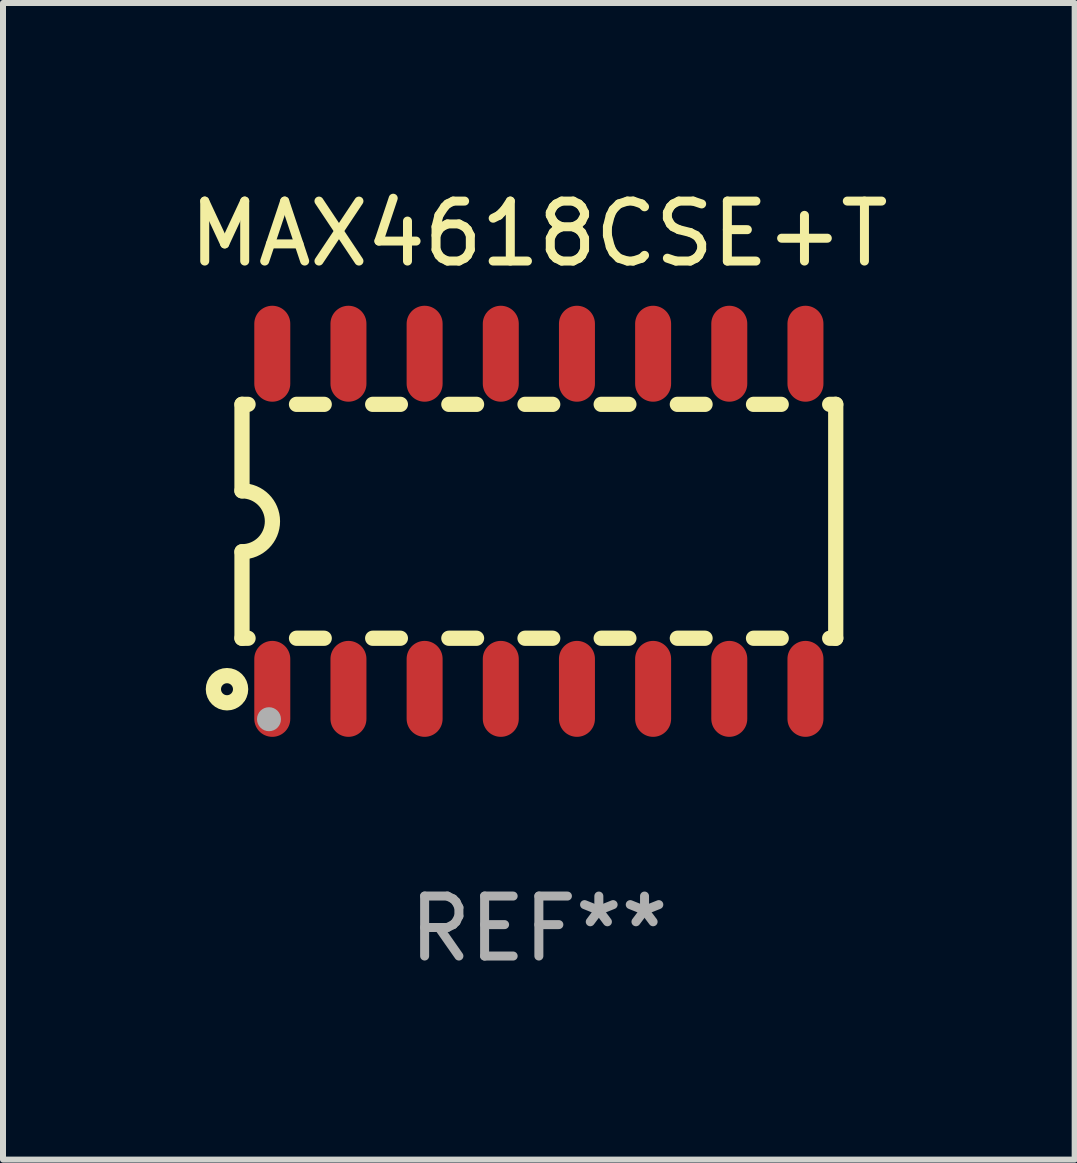
<source format=kicad_pcb>
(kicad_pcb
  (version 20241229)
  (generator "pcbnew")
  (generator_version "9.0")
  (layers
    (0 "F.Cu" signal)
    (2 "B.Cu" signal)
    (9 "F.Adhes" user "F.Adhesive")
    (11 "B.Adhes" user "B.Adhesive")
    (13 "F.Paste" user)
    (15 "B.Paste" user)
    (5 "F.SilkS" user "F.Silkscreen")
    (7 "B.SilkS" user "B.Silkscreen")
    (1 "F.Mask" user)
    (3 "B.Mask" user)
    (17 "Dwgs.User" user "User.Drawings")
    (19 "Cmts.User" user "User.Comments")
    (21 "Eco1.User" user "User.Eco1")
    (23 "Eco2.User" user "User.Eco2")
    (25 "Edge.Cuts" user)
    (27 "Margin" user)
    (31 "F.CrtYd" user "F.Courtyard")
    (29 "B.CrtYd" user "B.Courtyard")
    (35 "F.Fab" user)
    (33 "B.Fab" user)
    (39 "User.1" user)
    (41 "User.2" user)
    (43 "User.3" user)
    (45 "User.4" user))
  (footprint "MAX4618CSE+T"
    (layer "F.Cu")
    (at 5.935 5.642)
    (property "Reference" "MAX4618CSE+T" (at 0 -4.794 0) (layer "F.SilkS") (effects (font (size 1 1) (thickness 0.15))))
    (attr through_hole)
    (fp_line (start -4.95 -1.95) (end -4.95 -0.508) (stroke (width 0.254) (type solid)) (layer "F.SilkS"))
    (fp_line (start -4.95 -1.95) (end -4.849 -1.95) (stroke (width 0.254) (type solid)) (layer "F.SilkS"))
    (fp_line (start -4.95 1.95) (end -4.95 0.508) (stroke (width 0.254) (type solid)) (layer "F.SilkS"))
    (fp_line (start -4.95 1.95) (end -4.849 1.95) (stroke (width 0.254) (type solid)) (layer "F.SilkS"))
    (fp_line (start -4.041 -1.95) (end -3.579 -1.95) (stroke (width 0.254) (type solid)) (layer "F.SilkS"))
    (fp_line (start -4.041 1.95) (end -3.579 1.95) (stroke (width 0.254) (type solid)) (layer "F.SilkS"))
    (fp_line (start -2.771 -1.95) (end -2.309 -1.95) (stroke (width 0.254) (type solid)) (layer "F.SilkS"))
    (fp_line (start -2.771 1.95) (end -2.309 1.95) (stroke (width 0.254) (type solid)) (layer "F.SilkS"))
    (fp_line (start -1.501 -1.95) (end -1.039 -1.95) (stroke (width 0.254) (type solid)) (layer "F.SilkS"))
    (fp_line (start -1.501 1.95) (end -1.039 1.95) (stroke (width 0.254) (type solid)) (layer "F.SilkS"))
    (fp_line (start -0.231 -1.95) (end 0.231 -1.95) (stroke (width 0.254) (type solid)) (layer "F.SilkS"))
    (fp_line (start -0.231 1.95) (end 0.231 1.95) (stroke (width 0.254) (type solid)) (layer "F.SilkS"))
    (fp_line (start 1.039 -1.95) (end 1.501 -1.95) (stroke (width 0.254) (type solid)) (layer "F.SilkS"))
    (fp_line (start 1.039 1.95) (end 1.501 1.95) (stroke (width 0.254) (type solid)) (layer "F.SilkS"))
    (fp_line (start 2.309 -1.95) (end 2.771 -1.95) (stroke (width 0.254) (type solid)) (layer "F.SilkS"))
    (fp_line (start 2.309 1.95) (end 2.771 1.95) (stroke (width 0.254) (type solid)) (layer "F.SilkS"))
    (fp_line (start 3.579 -1.95) (end 4.041 -1.95) (stroke (width 0.254) (type solid)) (layer "F.SilkS"))
    (fp_line (start 3.579 1.95) (end 4.041 1.95) (stroke (width 0.254) (type solid)) (layer "F.SilkS"))
    (fp_line (start 4.849 -1.95) (end 4.95 -1.95) (stroke (width 0.254) (type solid)) (layer "F.SilkS"))
    (fp_line (start 4.849 1.95) (end 4.95 1.95) (stroke (width 0.254) (type solid)) (layer "F.SilkS"))
    (fp_line (start 4.95 -1.95) (end 4.95 1.95) (stroke (width 0.254) (type solid)) (layer "F.SilkS"))
    (fp_arc (start -4.95047 -0.508001) (mid -4.442469 -0.000228) (end -4.950013 0.508001) (stroke (width 0.254001) (type solid)) (layer "F.SilkS"))
    (fp_circle (center -5.2 2.8) (end -5.1 2.8) (stroke (width 0.254) (type solid)) (fill no) (layer "F.SilkS"))
    (fp_circle (center -4.95 2.947) (end -4.92 2.947) (stroke (width 0.06) (type solid)) (fill no) (layer "F.SilkS"))
    (fp_circle (center -4.5 3.3) (end -4.4 3.3) (stroke (width 0.2) (type solid)) (fill no) (layer "F.Fab"))
    (fp_text user "REF**" (at 0 6.794 0) (layer "F.Fab") (effects (font (size 1 1) (thickness 0.15))))
    (pad "1" smd oval (at -4.445 2.794) (size 0.6 1.6) (layers "F.Cu" "F.Mask" "F.Paste"))
    (pad "2" smd oval (at -3.175 2.794) (size 0.6 1.6) (layers "F.Cu" "F.Mask" "F.Paste"))
    (pad "3" smd oval (at -1.905 2.794) (size 0.6 1.6) (layers "F.Cu" "F.Mask" "F.Paste"))
    (pad "4" smd oval (at -0.635 2.794) (size 0.6 1.6) (layers "F.Cu" "F.Mask" "F.Paste"))
    (pad "5" smd oval (at 0.635 2.794) (size 0.6 1.6) (layers "F.Cu" "F.Mask" "F.Paste"))
    (pad "6" smd oval (at 1.905 2.794) (size 0.6 1.6) (layers "F.Cu" "F.Mask" "F.Paste"))
    (pad "7" smd oval (at 3.175 2.794) (size 0.6 1.6) (layers "F.Cu" "F.Mask" "F.Paste"))
    (pad "8" smd oval (at 4.445 2.794) (size 0.6 1.6) (layers "F.Cu" "F.Mask" "F.Paste"))
    (pad "9" smd oval (at 4.445 -2.794) (size 0.6 1.6) (layers "F.Cu" "F.Mask" "F.Paste"))
    (pad "10" smd oval (at 3.175 -2.794) (size 0.6 1.6) (layers "F.Cu" "F.Mask" "F.Paste"))
    (pad "11" smd oval (at 1.905 -2.794) (size 0.6 1.6) (layers "F.Cu" "F.Mask" "F.Paste"))
    (pad "12" smd oval (at 0.635 -2.794) (size 0.6 1.6) (layers "F.Cu" "F.Mask" "F.Paste"))
    (pad "13" smd oval (at -0.635 -2.794) (size 0.6 1.6) (layers "F.Cu" "F.Mask" "F.Paste"))
    (pad "14" smd oval (at -1.905 -2.794) (size 0.6 1.6) (layers "F.Cu" "F.Mask" "F.Paste"))
    (pad "15" smd oval (at -3.175 -2.794) (size 0.6 1.6) (layers "F.Cu" "F.Mask" "F.Paste"))
    (pad "16" smd oval (at -4.445 -2.794) (size 0.6 1.6) (layers "F.Cu" "F.Mask" "F.Paste")))
  (gr_rect
    (start -3 -3)
    (end 14.869 16.285)
    (stroke (width 0.1) (type default))
    (fill no)
    (layer "Edge.Cuts")))
</source>
